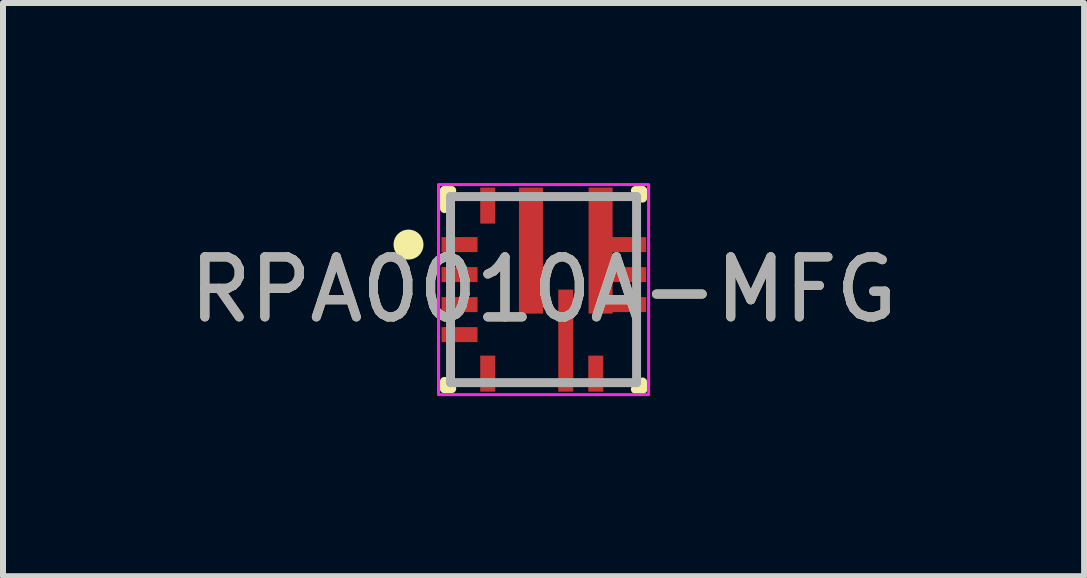
<source format=kicad_pcb>
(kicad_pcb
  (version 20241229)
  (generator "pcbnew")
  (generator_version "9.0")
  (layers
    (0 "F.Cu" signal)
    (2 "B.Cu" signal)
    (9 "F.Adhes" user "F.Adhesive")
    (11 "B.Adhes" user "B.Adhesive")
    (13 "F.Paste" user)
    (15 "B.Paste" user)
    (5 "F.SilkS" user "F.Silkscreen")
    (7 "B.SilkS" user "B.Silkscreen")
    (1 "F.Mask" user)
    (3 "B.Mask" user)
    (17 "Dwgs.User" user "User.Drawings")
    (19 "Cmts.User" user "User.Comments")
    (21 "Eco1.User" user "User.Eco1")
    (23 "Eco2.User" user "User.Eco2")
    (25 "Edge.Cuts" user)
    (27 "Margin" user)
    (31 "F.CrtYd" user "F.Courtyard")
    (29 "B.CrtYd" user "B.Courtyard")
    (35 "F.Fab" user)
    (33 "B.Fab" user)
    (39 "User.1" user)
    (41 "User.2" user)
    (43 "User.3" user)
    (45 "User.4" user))
  (footprint "RPA0010A-MFG"
    (layer "F.Cu")
    (at 6.006 1.775)
    (property "Reference" "RPA0010A-MFG" (at 0 0 0) (unlocked yes) (layer "F.SilkS") (effects (font (size 1 1) (thickness 0.15))))
    (attr smd)
    (fp_line (start -1.65 -1.65) (end -1.53 -1.65) (stroke (width 0.15) (type solid)) (layer "F.SilkS"))
    (fp_line (start -1.65 -1.35) (end -1.65 -1.65) (stroke (width 0.15) (type solid)) (layer "F.SilkS"))
    (fp_line (start -1.65 1.65) (end -1.65 1.53) (stroke (width 0.15) (type solid)) (layer "F.SilkS"))
    (fp_line (start -1.65 1.65) (end -1.53 1.65) (stroke (width 0.15) (type solid)) (layer "F.SilkS"))
    (fp_line (start 1.53 -1.65) (end 1.65 -1.65) (stroke (width 0.15) (type solid)) (layer "F.SilkS"))
    (fp_line (start 1.53 1.66) (end 1.65 1.66) (stroke (width 0.15) (type solid)) (layer "F.SilkS"))
    (fp_line (start 1.65 -1.525) (end 1.65 -1.645) (stroke (width 0.15) (type solid)) (layer "F.SilkS"))
    (fp_line (start 1.65 1.66) (end 1.65 1.54) (stroke (width 0.15) (type solid)) (layer "F.SilkS"))
    (fp_circle (center -2.25 -0.75) (end -2.125 -0.75) (stroke (width 0.25) (type solid)) (fill no) (layer "F.SilkS"))
    (fp_poly (pts (xy -0.41 0.345) (xy -0.41 -0.505) (xy -0.36 -0.555) (xy -0.06 -0.555) (xy -0.01 -0.505) (xy -0.01 0.345) (xy -0.06 0.395) (xy -0.36 0.395)) (stroke (width 0) (type solid)) (fill yes) (layer "F.Paste"))
    (fp_poly (pts (xy -0.36 -1.705) (xy -0.06 -1.705) (xy -0.01 -1.655) (xy -0.01 -0.805) (xy -0.06 -0.755) (xy -0.36 -0.755) (xy -0.41 -0.805) (xy -0.41 -1.655)) (stroke (width 0) (type solid)) (fill yes) (layer "F.Paste"))
    (fp_poly (pts (xy 0.245 1.655) (xy 0.245 1.005) (xy 0.295 0.955) (xy 0.445 0.955) (xy 0.495 1.005) (xy 0.495 1.655) (xy 0.445 1.705) (xy 0.295 1.705)) (stroke (width 0) (type solid)) (fill yes) (layer "F.Paste"))
    (fp_poly (pts (xy 0.445 0.005) (xy 0.495 0.055) (xy 0.495 0.705) (xy 0.445 0.755) (xy 0.295 0.755) (xy 0.245 0.705) (xy 0.245 0.055) (xy 0.295 0.005)) (stroke (width 0) (type solid)) (fill yes) (layer "F.Paste"))
    (fp_poly (pts (xy 0.75 0.345) (xy 0.75 -0.505) (xy 0.8 -0.555) (xy 1.1 -0.555) (xy 1.15 -0.505) (xy 1.15 0.345) (xy 1.1 0.395) (xy 0.8 0.395)) (stroke (width 0) (type solid)) (fill yes) (layer "F.Paste"))
    (fp_poly (pts (xy 0.8 -1.705) (xy 1.1 -1.705) (xy 1.15 -1.655) (xy 1.15 -0.805) (xy 1.1 -0.755) (xy 0.8 -0.755) (xy 0.75 -0.805) (xy 0.75 -1.655)) (stroke (width 0) (type solid)) (fill yes) (layer "F.Paste"))
    (fp_rect (start -1.75 -1.75) (end 1.75 1.75) (stroke (width 0.05) (type default)) (fill no) (layer "F.CrtYd"))
    (fp_line (start -1.55 -1.55) (end 1.55 -1.55) (stroke (width 0.15) (type solid)) (layer "F.Fab"))
    (fp_line (start -1.55 1.55) (end -1.55 -1.55) (stroke (width 0.15) (type solid)) (layer "F.Fab"))
    (fp_line (start -1.55 1.55) (end 1.55 1.55) (stroke (width 0.15) (type solid)) (layer "F.Fab"))
    (fp_line (start 1.55 1.55) (end 1.55 -1.55) (stroke (width 0.15) (type solid)) (layer "F.Fab"))
    (fp_text user "${REFERENCE}" (at 0 0 0) (unlocked yes) (layer "F.Fab") (effects (font (size 1 1) (thickness 0.15))))
    (pad "1" smd rect (at -1.4 -0.75) (size 0.6 0.25) (layers "F.Cu" "F.Mask" "F.Paste"))
    (pad "2" smd rect (at -1.4 -0.25) (size 0.6 0.25) (layers "F.Cu" "F.Mask" "F.Paste"))
    (pad "3" smd rect (at -1.4 0.25) (size 0.6 0.25) (layers "F.Cu" "F.Mask" "F.Paste"))
    (pad "4" smd rect (at -1.4 0.75) (size 0.6 0.25) (layers "F.Cu" "F.Mask" "F.Paste"))
    (pad "5" smd rect (at -0.93 1.4 90) (size 0.6 0.25) (layers "F.Cu" "F.Mask" "F.Paste"))
    (pad "6" smd rect (at 0.37 0.85) (size 0.25 1.7) (layers "F.Cu" "F.Mask"))
    (pad "7" smd rect (at 0.87 1.4 90) (size 0.6 0.25) (layers "F.Cu" "F.Mask" "F.Paste"))
    (pad "8" smd rect (at 0.95 -0.65) (size 0.4 2.1) (layers "F.Cu" "F.Mask"))
    (pad "8" smd rect (at 1.41 -0.75 180) (size 0.6 0.25) (layers "F.Cu" "F.Mask" "F.Paste"))
    (pad "8" smd rect (at 1.41 -0.25 180) (size 0.6 0.25) (layers "F.Cu" "F.Mask" "F.Paste"))
    (pad "8" smd rect (at 1.41 0.25 180) (size 0.6 0.25) (layers "F.Cu" "F.Mask" "F.Paste"))
    (pad "9" smd rect (at -0.21 -0.65) (size 0.4 2.1) (layers "F.Cu" "F.Mask"))
    (pad "10" smd rect (at -0.93 -1.4 90) (size 0.6 0.25) (layers "F.Cu" "F.Mask" "F.Paste")))
  (gr_rect
    (start -3 -3)
    (end 15.012 6.55)
    (stroke (width 0.1) (type default))
    (fill no)
    (layer "Edge.Cuts")))
</source>
